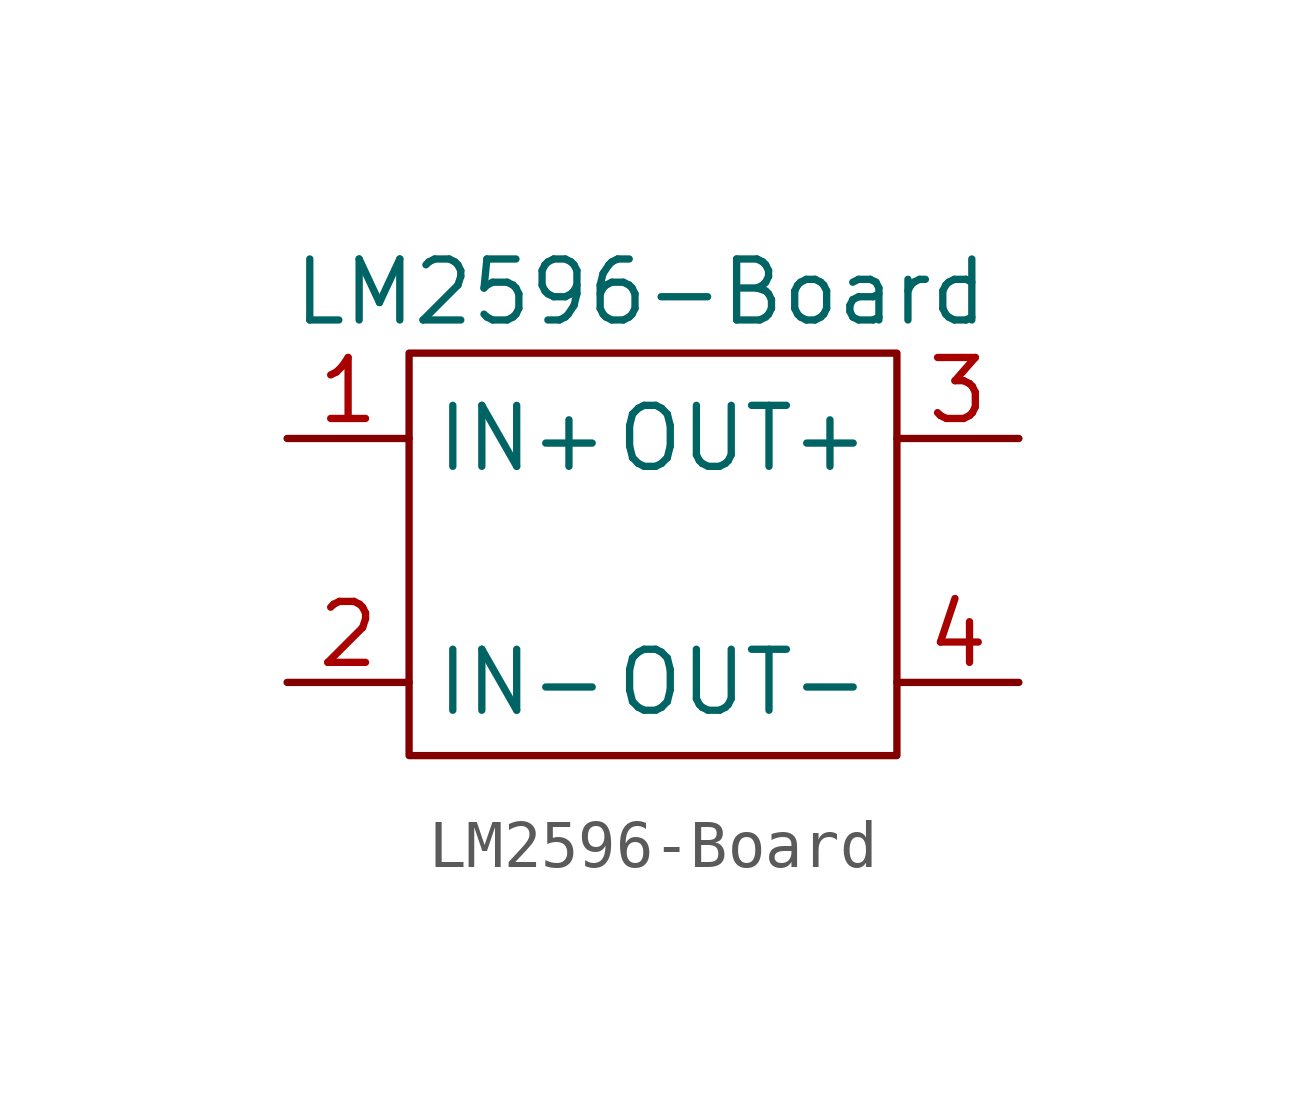
<source format=kicad_sym>
(kicad_symbol_lib
  (version 20211014)
  (generator kicad_symbol_editor)
  (symbol "LM2596-Board"
    (property "Reference" "U"
      (at 0 8.128 0)
      (effects (font (size 1.27 1.27)) hide))
    (property "Value" "LM2596-Board"
      (at -0.254 5.588 0)
      (effects (font (size 1.27 1.27))))
    (symbol "LM2596-Board_0_1"
      (rectangle (start 5.08 4.318) (end -5.08 -4.064) (stroke (width 0) (type default) (color 0 0 0 0)) (fill (type none))))
    (symbol "LM2596-Board_1_1"
      (pin input line (at -7.62 2.54 0) (length 2.54) (name "IN+" (effects (font (size 1.27 1.27)))) (number "1" (effects (font (size 1.27 1.27)))))
      (pin input line (at -7.62 -2.54 0) (length 2.54) (name "IN-" (effects (font (size 1.27 1.27)))) (number "2" (effects (font (size 1.27 1.27)))))
      (pin input line (at 7.62 2.54 180) (length 2.54) (name "OUT+" (effects (font (size 1.27 1.27)))) (number "3" (effects (font (size 1.27 1.27)))))
      (pin input line (at 7.62 -2.54 180) (length 2.54) (name "OUT-" (effects (font (size 1.27 1.27)))) (number "4" (effects (font (size 1.27 1.27))))))))
</source>
